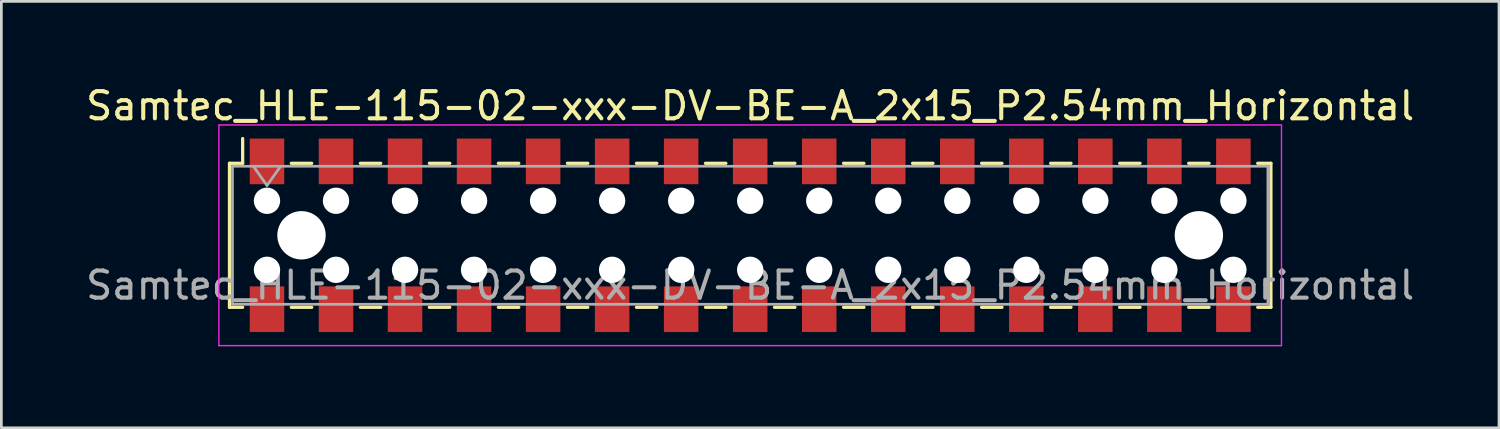
<source format=kicad_pcb>
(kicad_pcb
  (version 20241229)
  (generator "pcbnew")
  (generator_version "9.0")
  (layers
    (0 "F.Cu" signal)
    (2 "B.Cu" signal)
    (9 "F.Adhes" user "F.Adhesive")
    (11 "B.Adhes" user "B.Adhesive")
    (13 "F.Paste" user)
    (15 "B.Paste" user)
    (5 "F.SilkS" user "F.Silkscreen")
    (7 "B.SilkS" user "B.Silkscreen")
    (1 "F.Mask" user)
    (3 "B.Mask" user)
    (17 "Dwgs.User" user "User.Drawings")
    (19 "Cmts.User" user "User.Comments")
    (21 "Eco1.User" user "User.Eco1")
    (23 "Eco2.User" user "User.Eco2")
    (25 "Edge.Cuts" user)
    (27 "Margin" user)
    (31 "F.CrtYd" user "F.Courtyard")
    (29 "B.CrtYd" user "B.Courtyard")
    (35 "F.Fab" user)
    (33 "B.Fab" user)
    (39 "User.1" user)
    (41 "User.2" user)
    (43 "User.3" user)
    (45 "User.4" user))
  (footprint "Samtec_HLE-115-02-xxx-DV-BE-A_2x15_P2.54mm_Horizontal"
    (layer "F.Cu")
    (at 24.554 5.608)
    (property "Reference" "Samtec_HLE-115-02-xxx-DV-BE-A_2x15_P2.54mm_Horizontal" (at 0 -4.76 0) (layer "F.SilkS") (effects (font (size 1 1) (thickness 0.15))))
    (attr smd)
    (fp_line (start -19.16 -2.65) (end -19.16 2.65) (stroke (width 0.12) (type solid)) (layer "F.SilkS"))
    (fp_line (start -19.16 2.65) (end -18.675 2.65) (stroke (width 0.12) (type solid)) (layer "F.SilkS"))
    (fp_line (start -18.675 -3.56) (end -18.675 -2.65) (stroke (width 0.12) (type solid)) (layer "F.SilkS"))
    (fp_line (start -18.675 -2.65) (end -19.16 -2.65) (stroke (width 0.12) (type solid)) (layer "F.SilkS"))
    (fp_line (start -16.885 -2.65) (end -16.135 -2.65) (stroke (width 0.12) (type solid)) (layer "F.SilkS"))
    (fp_line (start -16.885 2.65) (end -16.135 2.65) (stroke (width 0.12) (type solid)) (layer "F.SilkS"))
    (fp_line (start -14.345 -2.65) (end -13.595 -2.65) (stroke (width 0.12) (type solid)) (layer "F.SilkS"))
    (fp_line (start -14.345 2.65) (end -13.595 2.65) (stroke (width 0.12) (type solid)) (layer "F.SilkS"))
    (fp_line (start -11.805 -2.65) (end -11.055 -2.65) (stroke (width 0.12) (type solid)) (layer "F.SilkS"))
    (fp_line (start -11.805 2.65) (end -11.055 2.65) (stroke (width 0.12) (type solid)) (layer "F.SilkS"))
    (fp_line (start -9.265 -2.65) (end -8.515 -2.65) (stroke (width 0.12) (type solid)) (layer "F.SilkS"))
    (fp_line (start -9.265 2.65) (end -8.515 2.65) (stroke (width 0.12) (type solid)) (layer "F.SilkS"))
    (fp_line (start -6.725 -2.65) (end -5.975 -2.65) (stroke (width 0.12) (type solid)) (layer "F.SilkS"))
    (fp_line (start -6.725 2.65) (end -5.975 2.65) (stroke (width 0.12) (type solid)) (layer "F.SilkS"))
    (fp_line (start -4.185 -2.65) (end -3.435 -2.65) (stroke (width 0.12) (type solid)) (layer "F.SilkS"))
    (fp_line (start -4.185 2.65) (end -3.435 2.65) (stroke (width 0.12) (type solid)) (layer "F.SilkS"))
    (fp_line (start -1.645 -2.65) (end -0.895 -2.65) (stroke (width 0.12) (type solid)) (layer "F.SilkS"))
    (fp_line (start -1.645 2.65) (end -0.895 2.65) (stroke (width 0.12) (type solid)) (layer "F.SilkS"))
    (fp_line (start 0.895 -2.65) (end 1.645 -2.65) (stroke (width 0.12) (type solid)) (layer "F.SilkS"))
    (fp_line (start 0.895 2.65) (end 1.645 2.65) (stroke (width 0.12) (type solid)) (layer "F.SilkS"))
    (fp_line (start 3.435 -2.65) (end 4.185 -2.65) (stroke (width 0.12) (type solid)) (layer "F.SilkS"))
    (fp_line (start 3.435 2.65) (end 4.185 2.65) (stroke (width 0.12) (type solid)) (layer "F.SilkS"))
    (fp_line (start 5.975 -2.65) (end 6.725 -2.65) (stroke (width 0.12) (type solid)) (layer "F.SilkS"))
    (fp_line (start 5.975 2.65) (end 6.725 2.65) (stroke (width 0.12) (type solid)) (layer "F.SilkS"))
    (fp_line (start 8.515 -2.65) (end 9.265 -2.65) (stroke (width 0.12) (type solid)) (layer "F.SilkS"))
    (fp_line (start 8.515 2.65) (end 9.265 2.65) (stroke (width 0.12) (type solid)) (layer "F.SilkS"))
    (fp_line (start 11.055 -2.65) (end 11.805 -2.65) (stroke (width 0.12) (type solid)) (layer "F.SilkS"))
    (fp_line (start 11.055 2.65) (end 11.805 2.65) (stroke (width 0.12) (type solid)) (layer "F.SilkS"))
    (fp_line (start 13.595 -2.65) (end 14.345 -2.65) (stroke (width 0.12) (type solid)) (layer "F.SilkS"))
    (fp_line (start 13.595 2.65) (end 14.345 2.65) (stroke (width 0.12) (type solid)) (layer "F.SilkS"))
    (fp_line (start 16.135 -2.65) (end 16.885 -2.65) (stroke (width 0.12) (type solid)) (layer "F.SilkS"))
    (fp_line (start 16.135 2.65) (end 16.885 2.65) (stroke (width 0.12) (type solid)) (layer "F.SilkS"))
    (fp_line (start 18.675 -2.65) (end 19.16 -2.65) (stroke (width 0.12) (type solid)) (layer "F.SilkS"))
    (fp_line (start 19.16 -2.65) (end 19.16 2.65) (stroke (width 0.12) (type solid)) (layer "F.SilkS"))
    (fp_line (start 19.16 2.65) (end 18.675 2.65) (stroke (width 0.12) (type solid)) (layer "F.SilkS"))
    (fp_line (start -19.55 -4.06) (end 19.55 -4.06) (stroke (width 0.05) (type solid)) (layer "F.CrtYd"))
    (fp_line (start -19.55 4.06) (end -19.55 -4.06) (stroke (width 0.05) (type solid)) (layer "F.CrtYd"))
    (fp_line (start 19.55 -4.06) (end 19.55 4.06) (stroke (width 0.05) (type solid)) (layer "F.CrtYd"))
    (fp_line (start 19.55 4.06) (end -19.55 4.06) (stroke (width 0.05) (type solid)) (layer "F.CrtYd"))
    (fp_line (start -19.05 -2.54) (end 19.05 -2.54) (stroke (width 0.1) (type solid)) (layer "F.Fab"))
    (fp_line (start -19.05 2.54) (end -19.05 -2.54) (stroke (width 0.1) (type solid)) (layer "F.Fab"))
    (fp_line (start -18.28 -2.54) (end -17.78 -1.833) (stroke (width 0.1) (type solid)) (layer "F.Fab"))
    (fp_line (start -17.78 -1.833) (end -17.28 -2.54) (stroke (width 0.1) (type solid)) (layer "F.Fab"))
    (fp_line (start 19.05 -2.54) (end 19.05 2.54) (stroke (width 0.1) (type solid)) (layer "F.Fab"))
    (fp_line (start 19.05 2.54) (end -19.05 2.54) (stroke (width 0.1) (type solid)) (layer "F.Fab"))
    (fp_text user "${REFERENCE}" (at 0 1.84 0) (layer "F.Fab") (effects (font (size 1 1) (thickness 0.15))))
    (pad "" np_thru_hole circle (at -17.78 -1.27) (size 0.97 0.97) (drill 0.97) (layers "*.Cu" "*.Mask"))
    (pad "" np_thru_hole circle (at -17.78 1.27) (size 0.97 0.97) (drill 0.97) (layers "*.Cu" "*.Mask"))
    (pad "" np_thru_hole circle (at -16.51 0) (size 1.78 1.78) (drill 1.78) (layers "*.Cu" "*.Mask"))
    (pad "" np_thru_hole circle (at -15.24 -1.27) (size 0.97 0.97) (drill 0.97) (layers "*.Cu" "*.Mask"))
    (pad "" np_thru_hole circle (at -15.24 1.27) (size 0.97 0.97) (drill 0.97) (layers "*.Cu" "*.Mask"))
    (pad "" np_thru_hole circle (at -12.7 -1.27) (size 0.97 0.97) (drill 0.97) (layers "*.Cu" "*.Mask"))
    (pad "" np_thru_hole circle (at -12.7 1.27) (size 0.97 0.97) (drill 0.97) (layers "*.Cu" "*.Mask"))
    (pad "" np_thru_hole circle (at -10.16 -1.27) (size 0.97 0.97) (drill 0.97) (layers "*.Cu" "*.Mask"))
    (pad "" np_thru_hole circle (at -10.16 1.27) (size 0.97 0.97) (drill 0.97) (layers "*.Cu" "*.Mask"))
    (pad "" np_thru_hole circle (at -7.62 -1.27) (size 0.97 0.97) (drill 0.97) (layers "*.Cu" "*.Mask"))
    (pad "" np_thru_hole circle (at -7.62 1.27) (size 0.97 0.97) (drill 0.97) (layers "*.Cu" "*.Mask"))
    (pad "" np_thru_hole circle (at -5.08 -1.27) (size 0.97 0.97) (drill 0.97) (layers "*.Cu" "*.Mask"))
    (pad "" np_thru_hole circle (at -5.08 1.27) (size 0.97 0.97) (drill 0.97) (layers "*.Cu" "*.Mask"))
    (pad "" np_thru_hole circle (at -2.54 -1.27) (size 0.97 0.97) (drill 0.97) (layers "*.Cu" "*.Mask"))
    (pad "" np_thru_hole circle (at -2.54 1.27) (size 0.97 0.97) (drill 0.97) (layers "*.Cu" "*.Mask"))
    (pad "" np_thru_hole circle (at 0 -1.27) (size 0.97 0.97) (drill 0.97) (layers "*.Cu" "*.Mask"))
    (pad "" np_thru_hole circle (at 0 1.27) (size 0.97 0.97) (drill 0.97) (layers "*.Cu" "*.Mask"))
    (pad "" np_thru_hole circle (at 2.54 -1.27) (size 0.97 0.97) (drill 0.97) (layers "*.Cu" "*.Mask"))
    (pad "" np_thru_hole circle (at 2.54 1.27) (size 0.97 0.97) (drill 0.97) (layers "*.Cu" "*.Mask"))
    (pad "" np_thru_hole circle (at 5.08 -1.27) (size 0.97 0.97) (drill 0.97) (layers "*.Cu" "*.Mask"))
    (pad "" np_thru_hole circle (at 5.08 1.27) (size 0.97 0.97) (drill 0.97) (layers "*.Cu" "*.Mask"))
    (pad "" np_thru_hole circle (at 7.62 -1.27) (size 0.97 0.97) (drill 0.97) (layers "*.Cu" "*.Mask"))
    (pad "" np_thru_hole circle (at 7.62 1.27) (size 0.97 0.97) (drill 0.97) (layers "*.Cu" "*.Mask"))
    (pad "" np_thru_hole circle (at 10.16 -1.27) (size 0.97 0.97) (drill 0.97) (layers "*.Cu" "*.Mask"))
    (pad "" np_thru_hole circle (at 10.16 1.27) (size 0.97 0.97) (drill 0.97) (layers "*.Cu" "*.Mask"))
    (pad "" np_thru_hole circle (at 12.7 -1.27) (size 0.97 0.97) (drill 0.97) (layers "*.Cu" "*.Mask"))
    (pad "" np_thru_hole circle (at 12.7 1.27) (size 0.97 0.97) (drill 0.97) (layers "*.Cu" "*.Mask"))
    (pad "" np_thru_hole circle (at 15.24 -1.27) (size 0.97 0.97) (drill 0.97) (layers "*.Cu" "*.Mask"))
    (pad "" np_thru_hole circle (at 15.24 1.27) (size 0.97 0.97) (drill 0.97) (layers "*.Cu" "*.Mask"))
    (pad "" np_thru_hole circle (at 16.51 0) (size 1.78 1.78) (drill 1.78) (layers "*.Cu" "*.Mask"))
    (pad "" np_thru_hole circle (at 17.78 -1.27) (size 0.97 0.97) (drill 0.97) (layers "*.Cu" "*.Mask"))
    (pad "" np_thru_hole circle (at 17.78 1.27) (size 0.97 0.97) (drill 0.97) (layers "*.Cu" "*.Mask"))
    (pad "1" smd rect (at -17.78 -2.72) (size 1.27 1.68) (layers "F.Cu" "F.Mask" "F.Paste"))
    (pad "2" smd rect (at -17.78 2.72) (size 1.27 1.68) (layers "F.Cu" "F.Mask" "F.Paste"))
    (pad "3" smd rect (at -15.24 -2.72) (size 1.27 1.68) (layers "F.Cu" "F.Mask" "F.Paste"))
    (pad "4" smd rect (at -15.24 2.72) (size 1.27 1.68) (layers "F.Cu" "F.Mask" "F.Paste"))
    (pad "5" smd rect (at -12.7 -2.72) (size 1.27 1.68) (layers "F.Cu" "F.Mask" "F.Paste"))
    (pad "6" smd rect (at -12.7 2.72) (size 1.27 1.68) (layers "F.Cu" "F.Mask" "F.Paste"))
    (pad "7" smd rect (at -10.16 -2.72) (size 1.27 1.68) (layers "F.Cu" "F.Mask" "F.Paste"))
    (pad "8" smd rect (at -10.16 2.72) (size 1.27 1.68) (layers "F.Cu" "F.Mask" "F.Paste"))
    (pad "9" smd rect (at -7.62 -2.72) (size 1.27 1.68) (layers "F.Cu" "F.Mask" "F.Paste"))
    (pad "10" smd rect (at -7.62 2.72) (size 1.27 1.68) (layers "F.Cu" "F.Mask" "F.Paste"))
    (pad "11" smd rect (at -5.08 -2.72) (size 1.27 1.68) (layers "F.Cu" "F.Mask" "F.Paste"))
    (pad "12" smd rect (at -5.08 2.72) (size 1.27 1.68) (layers "F.Cu" "F.Mask" "F.Paste"))
    (pad "13" smd rect (at -2.54 -2.72) (size 1.27 1.68) (layers "F.Cu" "F.Mask" "F.Paste"))
    (pad "14" smd rect (at -2.54 2.72) (size 1.27 1.68) (layers "F.Cu" "F.Mask" "F.Paste"))
    (pad "15" smd rect (at 0 -2.72) (size 1.27 1.68) (layers "F.Cu" "F.Mask" "F.Paste"))
    (pad "16" smd rect (at 0 2.72) (size 1.27 1.68) (layers "F.Cu" "F.Mask" "F.Paste"))
    (pad "17" smd rect (at 2.54 -2.72) (size 1.27 1.68) (layers "F.Cu" "F.Mask" "F.Paste"))
    (pad "18" smd rect (at 2.54 2.72) (size 1.27 1.68) (layers "F.Cu" "F.Mask" "F.Paste"))
    (pad "19" smd rect (at 5.08 -2.72) (size 1.27 1.68) (layers "F.Cu" "F.Mask" "F.Paste"))
    (pad "20" smd rect (at 5.08 2.72) (size 1.27 1.68) (layers "F.Cu" "F.Mask" "F.Paste"))
    (pad "21" smd rect (at 7.62 -2.72) (size 1.27 1.68) (layers "F.Cu" "F.Mask" "F.Paste"))
    (pad "22" smd rect (at 7.62 2.72) (size 1.27 1.68) (layers "F.Cu" "F.Mask" "F.Paste"))
    (pad "23" smd rect (at 10.16 -2.72) (size 1.27 1.68) (layers "F.Cu" "F.Mask" "F.Paste"))
    (pad "24" smd rect (at 10.16 2.72) (size 1.27 1.68) (layers "F.Cu" "F.Mask" "F.Paste"))
    (pad "25" smd rect (at 12.7 -2.72) (size 1.27 1.68) (layers "F.Cu" "F.Mask" "F.Paste"))
    (pad "26" smd rect (at 12.7 2.72) (size 1.27 1.68) (layers "F.Cu" "F.Mask" "F.Paste"))
    (pad "27" smd rect (at 15.24 -2.72) (size 1.27 1.68) (layers "F.Cu" "F.Mask" "F.Paste"))
    (pad "28" smd rect (at 15.24 2.72) (size 1.27 1.68) (layers "F.Cu" "F.Mask" "F.Paste"))
    (pad "29" smd rect (at 17.78 -2.72) (size 1.27 1.68) (layers "F.Cu" "F.Mask" "F.Paste"))
    (pad "30" smd rect (at 17.78 2.72) (size 1.27 1.68) (layers "F.Cu" "F.Mask" "F.Paste")))
  (gr_rect
    (start -3 -3)
    (end 52.107 12.693)
    (stroke (width 0.1) (type default))
    (fill no)
    (layer "Edge.Cuts")))
</source>
